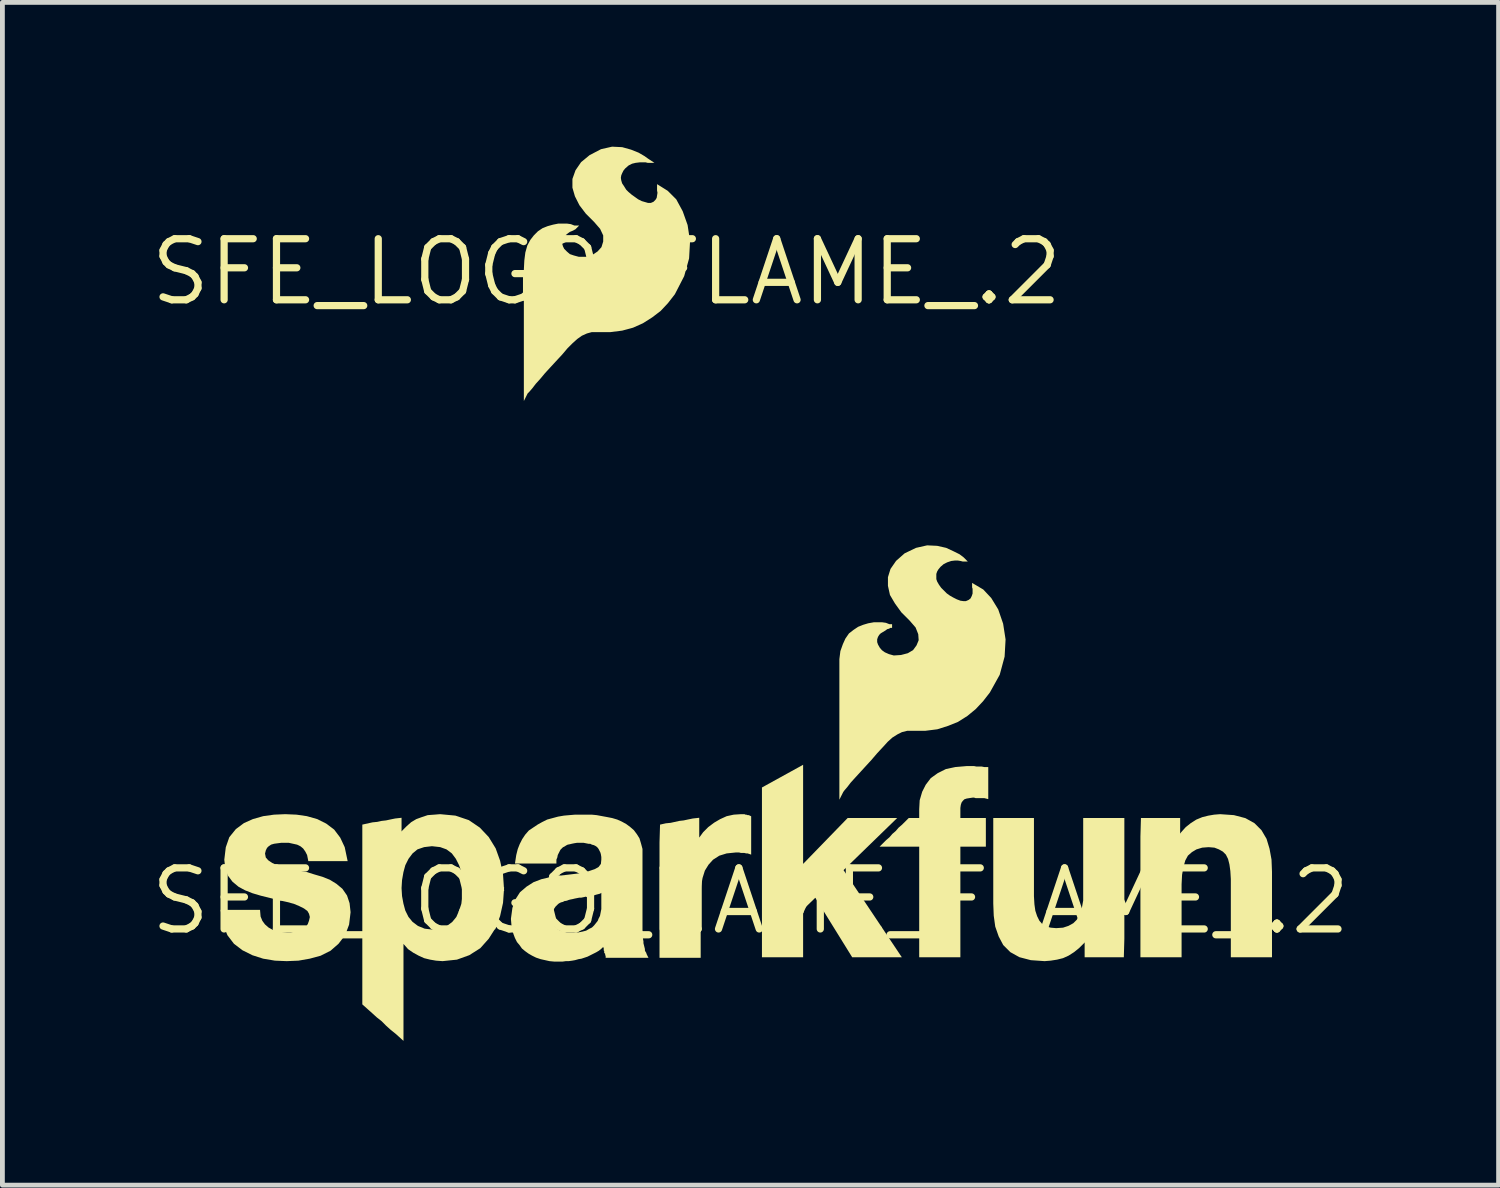
<source format=kicad_pcb>
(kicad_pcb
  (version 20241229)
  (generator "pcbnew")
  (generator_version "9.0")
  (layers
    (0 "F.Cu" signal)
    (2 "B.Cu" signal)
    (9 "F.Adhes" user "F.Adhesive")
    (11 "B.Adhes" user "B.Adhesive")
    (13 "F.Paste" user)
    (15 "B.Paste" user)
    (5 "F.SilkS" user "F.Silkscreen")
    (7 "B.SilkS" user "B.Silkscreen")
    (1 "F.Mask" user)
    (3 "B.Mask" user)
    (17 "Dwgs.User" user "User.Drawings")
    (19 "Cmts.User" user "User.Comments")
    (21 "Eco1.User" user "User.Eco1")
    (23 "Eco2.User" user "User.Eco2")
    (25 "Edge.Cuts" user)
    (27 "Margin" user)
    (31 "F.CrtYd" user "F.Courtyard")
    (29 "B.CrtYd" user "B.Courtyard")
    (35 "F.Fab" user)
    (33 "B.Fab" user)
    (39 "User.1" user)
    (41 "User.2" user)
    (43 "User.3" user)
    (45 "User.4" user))
  (footprint "SFE_LOGO_NAME_FLAME_.2"
    (layer "F.Cu")
    (at 12.556 15.687)
    (property "Reference" "SFE_LOGO_NAME_FLAME_.2" (at 0 0 0) (layer "F.SilkS") (effects (font (size 1.27 1.27) (thickness 0.15))))
    (fp_poly (pts (xy -5.123 -0.286) (xy -5.146 0.037) (xy -5.207 0.312) (xy -5.313 0.593) (xy -6.071 0.231) (xy -6.011 0.053) (xy -5.992 -0.102) (xy -5.98 -0.308)) (stroke (width 0) (type default)) (fill yes) (layer "F.SilkS"))
    (fp_poly (pts (xy 1.094 -0.773) (xy 2.02 -1.727) (xy 3.05 -1.727) (xy 1.935 -0.644) (xy 3.147 1.169) (xy 2.115 1.169) (xy 1.348 -0.069) (xy 1.094 0.177) (xy 1.094 1.169) (xy 0.238 1.169) (xy 0.238 -2.362) (xy 1.094 -2.834)) (stroke (width 0) (type default)) (fill yes) (layer "F.SilkS"))
    (fp_poly (pts (xy -3.337 -0.091) (xy -3.429 -0.091) (xy -3.466 -0.082) (xy -3.52 -0.071) (xy -3.56 -0.071) (xy -3.656 -0.052) (xy -3.696 -0.042) (xy -3.746 -0.032) (xy -3.859 -0.004) (xy -4.035 -0.522) (xy -3.808 -0.547) (xy -3.639 -0.567) (xy -3.444 -0.591)) (stroke (width 0) (type default)) (fill yes) (layer "F.SilkS"))
    (fp_poly (pts (xy -0.105 -1.797) (xy -0.088 -1.797) (xy -0.058 -1.787) (xy -0.035 -1.787) (xy 0.014 -1.763) (xy 0.014 -0.966) (xy -0.06 -0.991) (xy -0.089 -0.991) (xy -0.129 -1.001) (xy -0.199 -1.001) (xy -0.239 -1.011) (xy -0.302 -1.011) (xy -0.496 -0.991) (xy -0.648 -0.944) (xy -0.779 -0.86) (xy -0.873 -0.756) (xy -0.949 -0.633) (xy -0.997 -0.48) (xy -1.026 -0.315) (xy -1.036 -0.138) (xy -1.036 1.179) (xy -1.892 1.179) (xy -1.892 -1.22) (xy -1.881 -1.59) (xy -1.76 -1.617) (xy -1.66 -1.627) (xy -1.48 -1.667) (xy -1.39 -1.677) (xy -1.302 -1.696) (xy -1.2 -1.717) (xy -1.066 -1.732) (xy -1.066 -1.32) (xy -0.983 -1.434) (xy -0.879 -1.538) (xy -0.755 -1.631) (xy -0.632 -1.703) (xy -0.496 -1.765) (xy -0.349 -1.797) (xy -0.195 -1.807) (xy -0.125 -1.807)) (stroke (width 0) (type default)) (fill yes) (layer "F.SilkS"))
    (fp_poly (pts (xy 5.894 -0.1) (xy 5.904 0.067) (xy 5.923 0.202) (xy 5.961 0.316) (xy 6.008 0.41) (xy 6.062 0.472) (xy 6.142 0.526) (xy 6.243 0.553) (xy 6.356 0.563) (xy 6.499 0.553) (xy 6.611 0.516) (xy 6.713 0.46) (xy 6.785 0.388) (xy 6.841 0.285) (xy 6.889 0.151) (xy 6.918 -0.012) (xy 6.918 -1.727) (xy 7.774 -1.727) (xy 7.774 0.782) (xy 7.763 1.169) (xy 6.948 1.169) (xy 6.948 0.858) (xy 6.935 0.876) (xy 6.831 0.979) (xy 6.728 1.062) (xy 6.614 1.135) (xy 6.499 1.187) (xy 6.374 1.218) (xy 6.24 1.239) (xy 6.116 1.249) (xy 5.83 1.229) (xy 5.592 1.167) (xy 5.403 1.062) (xy 5.255 0.914) (xy 5.161 0.736) (xy 5.089 0.53) (xy 5.058 0.304) (xy 5.048 0.052) (xy 5.048 -1.727) (xy 5.894 -1.727)) (stroke (width 0) (type default)) (fill yes) (layer "F.SilkS"))
    (fp_poly (pts (xy 10.052 -1.787) (xy 10.29 -1.725) (xy 10.479 -1.62) (xy 10.626 -1.473) (xy 10.731 -1.294) (xy 10.793 -1.088) (xy 10.834 -0.863) (xy 10.844 -0.61) (xy 10.844 1.169) (xy 9.988 1.169) (xy 9.988 -0.458) (xy 9.978 -0.625) (xy 9.959 -0.762) (xy 9.93 -0.876) (xy 9.885 -0.966) (xy 9.823 -1.028) (xy 9.74 -1.075) (xy 9.647 -1.111) (xy 9.526 -1.121) (xy 9.393 -1.111) (xy 9.272 -1.074) (xy 9.179 -1.018) (xy 9.096 -0.945) (xy 9.041 -0.844) (xy 9.003 -0.71) (xy 8.974 -0.545) (xy 8.964 -0.348) (xy 8.964 1.169) (xy 8.108 1.169) (xy 8.108 -1.34) (xy 8.119 -1.727) (xy 8.934 -1.727) (xy 8.934 -1.402) (xy 8.956 -1.433) (xy 9.05 -1.537) (xy 9.154 -1.62) (xy 9.268 -1.693) (xy 9.394 -1.745) (xy 9.518 -1.776) (xy 9.641 -1.797) (xy 9.766 -1.807)) (stroke (width 0) (type default)) (fill yes) (layer "F.SilkS"))
    (fp_poly (pts (xy 4.7 -2.797) (xy 4.81 -2.797) (xy 4.86 -2.787) (xy 4.944 -2.787) (xy 4.944 -2.12) (xy 4.861 -2.141) (xy 4.68 -2.141) (xy 4.65 -2.151) (xy 4.619 -2.151) (xy 4.552 -2.141) (xy 4.495 -2.132) (xy 4.447 -2.116) (xy 4.415 -2.084) (xy 4.39 -2.051) (xy 4.373 -2) (xy 4.364 -1.936) (xy 4.364 -1.727) (xy 4.894 -1.727) (xy 4.894 -1.131) (xy 4.364 -1.131) (xy 4.364 1.169) (xy 3.508 1.169) (xy 3.508 -1.131) (xy 2.684 -1.131) (xy 2.82 -1.267) (xy 2.889 -1.326) (xy 2.949 -1.396) (xy 3.019 -1.456) (xy 3.079 -1.526) (xy 3.15 -1.587) (xy 3.29 -1.727) (xy 3.508 -1.727) (xy 3.508 -1.91) (xy 3.518 -2.096) (xy 3.57 -2.273) (xy 3.644 -2.419) (xy 3.749 -2.557) (xy 3.896 -2.662) (xy 4.063 -2.745) (xy 4.26 -2.787) (xy 4.494 -2.807) (xy 4.65 -2.807)) (stroke (width 0) (type default)) (fill yes) (layer "F.SilkS"))
    (fp_poly (pts (xy -6.136 -1.777) (xy -5.857 -1.683) (xy -5.629 -1.528) (xy -5.444 -1.332) (xy -5.299 -1.096) (xy -5.207 -0.839) (xy -5.146 -0.554) (xy -5.123 -0.21) (xy -5.98 -0.232) (xy -5.992 -0.436) (xy -6.011 -0.601) (xy -6.059 -0.744) (xy -6.127 -0.879) (xy -6.211 -0.992) (xy -6.322 -1.075) (xy -6.453 -1.122) (xy -6.624 -1.141) (xy -6.786 -1.122) (xy -6.925 -1.075) (xy -7.026 -0.992) (xy -7.111 -0.879) (xy -7.178 -0.745) (xy -7.217 -0.601) (xy -7.246 -0.435) (xy -7.256 -0.269) (xy -7.246 -0.104) (xy -7.217 0.053) (xy -7.178 0.197) (xy -7.112 0.33) (xy -7.027 0.433) (xy -6.915 0.517) (xy -6.775 0.574) (xy -6.614 0.593) (xy -6.444 0.574) (xy -6.313 0.518) (xy -6.201 0.433) (xy -6.117 0.331) (xy -6.043 0.159) (xy -5.279 0.525) (xy -5.444 0.784) (xy -5.619 0.98) (xy -5.847 1.125) (xy -6.105 1.218) (xy -6.403 1.249) (xy -6.539 1.239) (xy -6.662 1.218) (xy -6.787 1.187) (xy -6.901 1.135) (xy -7.014 1.073) (xy -7.12 1) (xy -7.203 0.906) (xy -7.216 0.89) (xy -7.216 2.907) (xy -7.379 2.76) (xy -7.479 2.68) (xy -7.58 2.589) (xy -7.669 2.499) (xy -7.769 2.42) (xy -7.869 2.329) (xy -7.869 2.329) (xy -7.959 2.249) (xy -8.072 2.148) (xy -8.072 -1.59) (xy -7.86 -1.637) (xy -7.76 -1.647) (xy -7.67 -1.667) (xy -7.58 -1.677) (xy -7.492 -1.696) (xy -7.39 -1.717) (xy -7.256 -1.732) (xy -7.256 -1.446) (xy -7.243 -1.464) (xy -7.15 -1.557) (xy -7.057 -1.64) (xy -6.95 -1.704) (xy -6.837 -1.745) (xy -6.712 -1.787) (xy -6.577 -1.797) (xy -6.454 -1.807)) (stroke (width 0) (type default)) (fill yes) (layer "F.SilkS"))
    (fp_poly (pts (xy -9.44 -1.797) (xy -9.226 -1.766) (xy -9.01 -1.705) (xy -8.824 -1.612) (xy -8.657 -1.486) (xy -8.531 -1.319) (xy -8.438 -1.121) (xy -8.377 -0.831) (xy -9.195 -0.831) (xy -9.22 -0.957) (xy -9.257 -1.029) (xy -9.302 -1.093) (xy -9.355 -1.137) (xy -9.427 -1.173) (xy -9.598 -1.211) (xy -9.762 -1.211) (xy -9.839 -1.201) (xy -9.906 -1.192) (xy -9.968 -1.174) (xy -10.02 -1.139) (xy -10.053 -1.106) (xy -10.078 -1.056) (xy -10.095 -0.988) (xy -10.079 -0.906) (xy -10.028 -0.848) (xy -9.945 -0.792) (xy -9.84 -0.745) (xy -9.715 -0.706) (xy -9.566 -0.676) (xy -9.406 -0.636) (xy -9.235 -0.606) (xy -9.073 -0.555) (xy -8.902 -0.505) (xy -8.747 -0.443) (xy -8.612 -0.36) (xy -8.486 -0.255) (xy -8.39 -0.116) (xy -8.337 0.043) (xy -8.316 0.231) (xy -8.347 0.49) (xy -8.43 0.71) (xy -8.566 0.887) (xy -8.733 1.033) (xy -8.94 1.137) (xy -9.166 1.198) (xy -9.4 1.239) (xy -9.644 1.249) (xy -9.888 1.239) (xy -10.133 1.198) (xy -10.358 1.126) (xy -10.564 1.023) (xy -10.741 0.888) (xy -10.877 0.71) (xy -10.971 0.481) (xy -11.019 0.183) (xy -10.199 0.183) (xy -10.187 0.322) (xy -10.15 0.412) (xy -10.096 0.485) (xy -10.022 0.55) (xy -9.939 0.596) (xy -9.845 0.624) (xy -9.749 0.643) (xy -9.632 0.653) (xy -9.558 0.653) (xy -9.473 0.634) (xy -9.397 0.615) (xy -9.322 0.577) (xy -9.259 0.541) (xy -9.207 0.481) (xy -9.181 0.41) (xy -9.163 0.332) (xy -9.18 0.265) (xy -9.213 0.207) (xy -9.284 0.154) (xy -9.38 0.106) (xy -9.496 0.057) (xy -9.643 0.018) (xy -9.823 -0.022) (xy -10.184 -0.112) (xy -10.356 -0.163) (xy -10.51 -0.224) (xy -10.645 -0.297) (xy -10.772 -0.403) (xy -10.868 -0.531) (xy -10.921 -0.68) (xy -10.942 -0.859) (xy -10.911 -1.118) (xy -10.838 -1.328) (xy -10.701 -1.497) (xy -10.533 -1.622) (xy -10.347 -1.705) (xy -10.132 -1.766) (xy -9.907 -1.797) (xy -9.674 -1.807)) (stroke (width 0) (type default)) (fill yes) (layer "F.SilkS"))
    (fp_poly (pts (xy 3.881 -7.387) (xy 4.068 -7.345) (xy 4.223 -7.273) (xy 4.346 -7.212) (xy 4.431 -7.148) (xy 4.518 -7.061) (xy 4.411 -7.061) (xy 4.368 -7.072) (xy 4.313 -7.081) (xy 4.248 -7.081) (xy 4.174 -7.072) (xy 4.091 -7.044) (xy 4.017 -7.007) (xy 3.953 -6.952) (xy 3.907 -6.897) (xy 3.881 -6.853) (xy 3.864 -6.803) (xy 3.864 -6.695) (xy 3.881 -6.645) (xy 3.918 -6.58) (xy 3.965 -6.514) (xy 4.081 -6.398) (xy 4.147 -6.351) (xy 4.214 -6.313) (xy 4.291 -6.274) (xy 4.365 -6.246) (xy 4.429 -6.237) (xy 4.478 -6.237) (xy 4.536 -6.262) (xy 4.576 -6.294) (xy 4.601 -6.344) (xy 4.618 -6.395) (xy 4.618 -6.493) (xy 4.608 -6.523) (xy 4.608 -6.616) (xy 4.84 -6.479) (xy 5.006 -6.302) (xy 5.151 -6.065) (xy 5.253 -5.768) (xy 5.304 -5.441) (xy 5.284 -5.083) (xy 5.182 -4.705) (xy 4.978 -4.338) (xy 4.835 -4.154) (xy 4.682 -3.991) (xy 4.508 -3.848) (xy 4.313 -3.725) (xy 4.109 -3.643) (xy 3.884 -3.572) (xy 3.638 -3.541) (xy 3.261 -3.541) (xy 3.149 -3.513) (xy 3.055 -3.466) (xy 2.949 -3.399) (xy 2.853 -3.312) (xy 2.754 -3.203) (xy 2.634 -3.074) (xy 2.514 -2.934) (xy 2.394 -2.803) (xy 2.394 -2.803) (xy 2.174 -2.563) (xy 2.085 -2.465) (xy 2.016 -2.375) (xy 1.956 -2.305) (xy 1.929 -2.269) (xy 1.848 -2.108) (xy 1.848 -5.031) (xy 1.869 -5.198) (xy 1.921 -5.343) (xy 1.973 -5.458) (xy 2.048 -5.566) (xy 2.144 -5.64) (xy 2.238 -5.703) (xy 2.343 -5.745) (xy 2.447 -5.776) (xy 2.563 -5.797) (xy 2.739 -5.797) (xy 2.816 -5.786) (xy 2.869 -5.765) (xy 2.892 -5.757) (xy 2.944 -5.757) (xy 2.944 -5.681) (xy 2.908 -5.681) (xy 2.882 -5.664) (xy 2.843 -5.654) (xy 2.807 -5.627) (xy 2.71 -5.569) (xy 2.676 -5.535) (xy 2.651 -5.493) (xy 2.634 -5.443) (xy 2.634 -5.385) (xy 2.651 -5.335) (xy 2.687 -5.271) (xy 2.732 -5.217) (xy 2.795 -5.172) (xy 2.879 -5.135) (xy 2.98 -5.107) (xy 3.13 -5.117) (xy 3.271 -5.154) (xy 3.38 -5.218) (xy 3.453 -5.318) (xy 3.497 -5.425) (xy 3.488 -5.55) (xy 3.433 -5.689) (xy 3.308 -5.833) (xy 3.137 -6.004) (xy 3.004 -6.188) (xy 2.9 -6.365) (xy 2.858 -6.555) (xy 2.858 -6.735) (xy 2.911 -6.906) (xy 3.027 -7.074) (xy 3.205 -7.231) (xy 3.443 -7.345) (xy 3.673 -7.397)) (stroke (width 0) (type default)) (fill yes) (layer "F.SilkS"))
    (fp_poly (pts (xy -3.199 -1.787) (xy -2.977 -1.746) (xy -2.875 -1.726) (xy -2.771 -1.695) (xy -2.677 -1.653) (xy -2.583 -1.601) (xy -2.5 -1.539) (xy -2.426 -1.475) (xy -2.363 -1.391) (xy -2.309 -1.305) (xy -2.277 -1.199) (xy -2.246 -1.084) (xy -2.246 0.607) (xy -2.236 0.657) (xy -2.236 0.787) (xy -2.226 0.837) (xy -2.226 0.876) (xy -2.196 0.996) (xy -2.196 1.025) (xy -2.189 1.044) (xy -2.169 1.074) (xy -2.159 1.106) (xy -2.122 1.179) (xy -3.012 1.179) (xy -3.012 1.137) (xy -3.022 1.127) (xy -3.022 1.1) (xy -3.025 1.094) (xy -3.042 1.077) (xy -3.042 1.037) (xy -3.052 1.027) (xy -3.052 0.98) (xy -3.062 0.96) (xy -3.062 0.953) (xy -3.099 0.989) (xy -3.152 1.032) (xy -3.206 1.064) (xy -3.389 1.156) (xy -3.515 1.198) (xy -3.576 1.208) (xy -3.646 1.228) (xy -3.708 1.239) (xy -3.781 1.249) (xy -3.841 1.249) (xy -3.911 1.259) (xy -4.076 1.259) (xy -4.18 1.249) (xy -4.364 1.208) (xy -4.459 1.176) (xy -4.542 1.135) (xy -4.615 1.093) (xy -4.687 1.041) (xy -4.752 0.987) (xy -4.804 0.914) (xy -4.856 0.852) (xy -4.899 0.766) (xy -4.93 0.683) (xy -4.961 0.579) (xy -4.972 0.485) (xy -4.982 0.37) (xy -4.951 0.142) (xy -4.888 -0.036) (xy -4.793 -0.184) (xy -4.657 -0.3) (xy -4.511 -0.393) (xy -4.345 -0.456) (xy -4.172 -0.496) (xy -3.958 -0.532) (xy -3.785 -0.022) (xy -3.861 -0.003) (xy -3.901 0.017) (xy -3.941 0.027) (xy -3.975 0.044) (xy -4 0.061) (xy -4.054 0.115) (xy -4.091 0.17) (xy -4.108 0.204) (xy -4.117 0.239) (xy -4.126 0.285) (xy -4.126 0.377) (xy -4.117 0.423) (xy -4.108 0.458) (xy -4.091 0.492) (xy -4.054 0.547) (xy -4.03 0.571) (xy -4.005 0.588) (xy -3.969 0.606) (xy -3.939 0.616) (xy -3.901 0.635) (xy -3.866 0.644) (xy -3.82 0.653) (xy -3.588 0.653) (xy -3.492 0.634) (xy -3.418 0.615) (xy -3.352 0.577) (xy -3.297 0.55) (xy -3.252 0.506) (xy -3.177 0.412) (xy -3.159 0.365) (xy -3.13 0.309) (xy -3.102 0.167) (xy -3.102 -0.171) (xy -3.128 -0.154) (xy -3.213 -0.132) (xy -3.244 -0.122) (xy -3.296 -0.112) (xy -3.413 -0.082) (xy -3.519 -0.575) (xy -3.356 -0.625) (xy -3.239 -0.664) (xy -3.16 -0.708) (xy -3.111 -0.773) (xy -3.102 -0.861) (xy -3.102 -0.916) (xy -3.111 -0.971) (xy -3.12 -1.006) (xy -3.157 -1.08) (xy -3.174 -1.105) (xy -3.198 -1.129) (xy -3.223 -1.146) (xy -3.257 -1.163) (xy -3.297 -1.173) (xy -3.333 -1.191) (xy -3.368 -1.191) (xy -3.468 -1.211) (xy -3.611 -1.211) (xy -3.667 -1.202) (xy -3.716 -1.192) (xy -3.756 -1.182) (xy -3.802 -1.173) (xy -3.835 -1.156) (xy -3.865 -1.136) (xy -3.901 -1.118) (xy -3.953 -1.066) (xy -4.008 -0.957) (xy -4.017 -0.908) (xy -4.036 -0.862) (xy -4.036 -0.781) (xy -4.898 -0.781) (xy -4.871 -0.957) (xy -4.84 -1.081) (xy -4.799 -1.185) (xy -4.747 -1.288) (xy -4.684 -1.382) (xy -4.609 -1.468) (xy -4.424 -1.592) (xy -4.332 -1.643) (xy -4.228 -1.695) (xy -4.002 -1.756) (xy -3.879 -1.777) (xy -3.767 -1.787) (xy -3.646 -1.797) (xy -3.302 -1.797)) (stroke (width 0) (type default)) (fill yes) (layer "F.SilkS")))
  (footprint "SFE_LOGO_FLAME_.2"
    (layer "F.Cu")
    (at 9.563 2.604)
    (property "Reference" "SFE_LOGO_FLAME_.2" (at 0 0 0) (layer "F.SilkS") (effects (font (size 1.27 1.27) (thickness 0.15))))
    (fp_poly (pts (xy 0.324 -2.594) (xy 0.51 -2.542) (xy 0.665 -2.48) (xy 0.789 -2.408) (xy 0.86 -2.357) (xy 0.994 -2.268) (xy 0.853 -2.268) (xy 0.813 -2.278) (xy 0.69 -2.278) (xy 0.605 -2.268) (xy 0.531 -2.25) (xy 0.459 -2.214) (xy 0.386 -2.15) (xy 0.35 -2.105) (xy 0.323 -2.05) (xy 0.305 -2.006) (xy 0.297 -1.956) (xy 0.305 -1.904) (xy 0.323 -1.842) (xy 0.36 -1.787) (xy 0.408 -1.71) (xy 0.454 -1.664) (xy 0.522 -1.606) (xy 0.658 -1.509) (xy 0.732 -1.472) (xy 0.863 -1.434) (xy 0.92 -1.434) (xy 0.976 -1.458) (xy 1.018 -1.5) (xy 1.042 -1.539) (xy 1.059 -1.645) (xy 1.05 -1.692) (xy 1.05 -1.825) (xy 1.272 -1.686) (xy 1.449 -1.509) (xy 1.583 -1.262) (xy 1.685 -0.975) (xy 1.736 -0.638) (xy 1.716 -0.28) (xy 1.614 0.088) (xy 1.42 0.465) (xy 1.277 0.649) (xy 1.124 0.812) (xy 0.95 0.945) (xy 0.756 1.068) (xy 0.551 1.16) (xy 0.325 1.221) (xy 0.08 1.252) (xy -0.307 1.252) (xy -0.409 1.28) (xy -0.513 1.327) (xy -0.608 1.394) (xy -0.706 1.482) (xy -0.814 1.59) (xy -0.923 1.719) (xy -1.054 1.86) (xy -1.174 1.99) (xy -1.174 1.99) (xy -1.283 2.109) (xy -1.383 2.229) (xy -1.473 2.328) (xy -1.542 2.418) (xy -1.604 2.49) (xy -1.641 2.527) (xy -1.72 2.685) (xy -1.72 -0.047) (xy -1.71 -0.239) (xy -1.689 -0.404) (xy -1.647 -0.551) (xy -1.584 -0.667) (xy -1.511 -0.761) (xy -1.426 -0.846) (xy -1.33 -0.91) (xy -1.224 -0.952) (xy -1.111 -0.983) (xy -1.006 -1.004) (xy -0.819 -1.004) (xy -0.742 -0.993) (xy -0.689 -0.972) (xy -0.666 -0.964) (xy -0.57 -0.964) (xy -0.649 -0.885) (xy -0.716 -0.851) (xy -0.763 -0.832) (xy -0.799 -0.806) (xy -0.847 -0.768) (xy -0.883 -0.731) (xy -0.908 -0.698) (xy -0.924 -0.65) (xy -0.924 -0.591) (xy -0.906 -0.53) (xy -0.881 -0.479) (xy -0.826 -0.424) (xy -0.763 -0.37) (xy -0.681 -0.342) (xy -0.577 -0.314) (xy -0.427 -0.314) (xy -0.298 -0.351) (xy -0.187 -0.425) (xy -0.106 -0.515) (xy -0.07 -0.632) (xy -0.07 -0.758) (xy -0.134 -0.895) (xy -0.26 -1.04) (xy -0.431 -1.211) (xy -0.564 -1.386) (xy -0.658 -1.572) (xy -0.71 -1.751) (xy -0.71 -1.933) (xy -0.646 -2.113) (xy -0.53 -2.282) (xy -0.353 -2.428) (xy -0.115 -2.552) (xy 0.115 -2.604)) (stroke (width 0) (type default)) (fill yes) (layer "F.SilkS")))
  (gr_rect
    (start -3 -3)
    (end 28.112 21.594)
    (stroke (width 0.1) (type default))
    (fill no)
    (layer "Edge.Cuts")))
</source>
